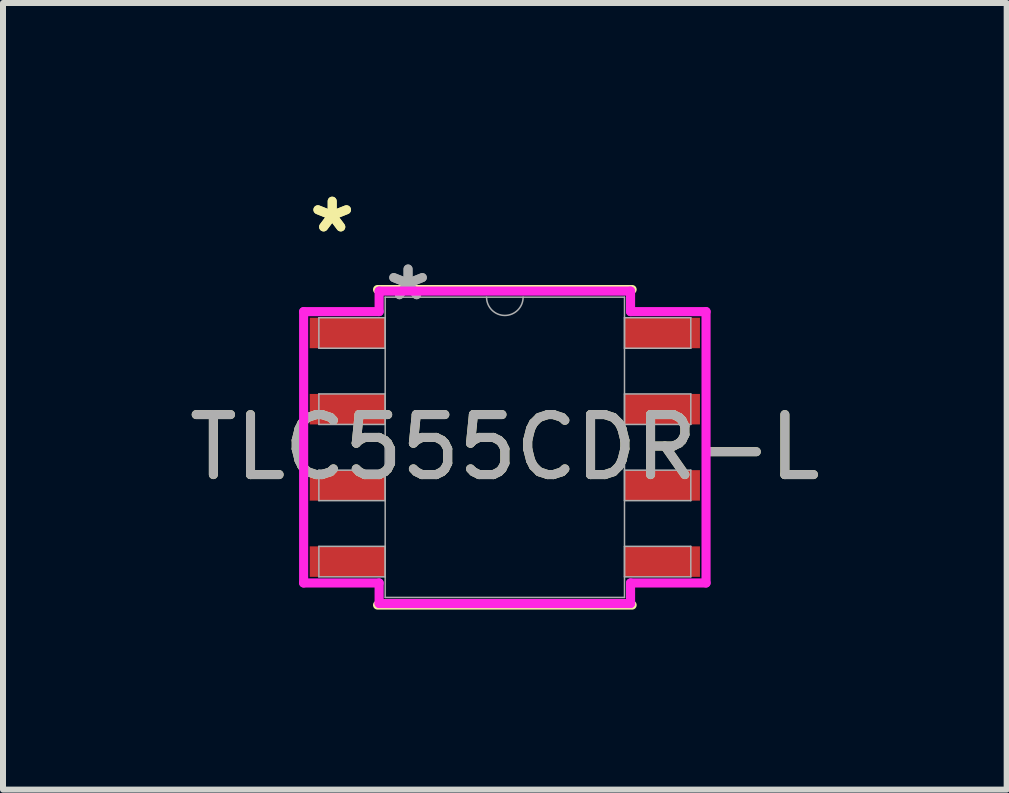
<source format=kicad_pcb>
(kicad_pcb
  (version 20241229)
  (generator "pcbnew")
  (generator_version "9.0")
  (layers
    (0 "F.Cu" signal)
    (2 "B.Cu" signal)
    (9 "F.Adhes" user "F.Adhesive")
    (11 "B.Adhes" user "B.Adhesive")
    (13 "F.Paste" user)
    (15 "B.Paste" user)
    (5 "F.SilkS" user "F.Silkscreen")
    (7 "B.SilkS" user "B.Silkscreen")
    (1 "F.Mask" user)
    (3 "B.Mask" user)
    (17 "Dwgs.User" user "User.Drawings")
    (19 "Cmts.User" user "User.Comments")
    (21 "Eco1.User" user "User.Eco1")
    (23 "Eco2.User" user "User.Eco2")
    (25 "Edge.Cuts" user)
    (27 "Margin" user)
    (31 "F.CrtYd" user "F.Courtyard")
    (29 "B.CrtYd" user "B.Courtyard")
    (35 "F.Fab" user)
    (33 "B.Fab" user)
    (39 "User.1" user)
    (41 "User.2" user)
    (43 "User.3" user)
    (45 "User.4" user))
  (footprint "TLC555CDR-L"
    (layer "F.Cu")
    (at 5.363 4.404)
    (property "Reference" "TLC555CDR-L" (at 0 0 0) (unlocked yes) (layer "F.SilkS") (effects (font (size 1 1) (thickness 0.15))))
    (attr smd)
    (fp_line (start -2.121 2.629) (end 2.121 2.629) (stroke (width 0.152) (type solid)) (layer "F.SilkS"))
    (fp_line (start 2.121 -2.629) (end -2.121 -2.629) (stroke (width 0.152) (type solid)) (layer "F.SilkS"))
    (fp_line (start -3.353 -2.261) (end -2.095 -2.261) (stroke (width 0.152) (type solid)) (layer "F.CrtYd"))
    (fp_line (start -3.353 2.261) (end -3.353 -2.261) (stroke (width 0.152) (type solid)) (layer "F.CrtYd"))
    (fp_line (start -3.353 2.261) (end -2.095 2.261) (stroke (width 0.152) (type solid)) (layer "F.CrtYd"))
    (fp_line (start -2.095 -2.603) (end 2.095 -2.603) (stroke (width 0.152) (type solid)) (layer "F.CrtYd"))
    (fp_line (start -2.095 -2.261) (end -2.095 -2.603) (stroke (width 0.152) (type solid)) (layer "F.CrtYd"))
    (fp_line (start -2.095 2.603) (end -2.095 2.261) (stroke (width 0.152) (type solid)) (layer "F.CrtYd"))
    (fp_line (start 2.095 -2.603) (end 2.095 -2.261) (stroke (width 0.152) (type solid)) (layer "F.CrtYd"))
    (fp_line (start 2.095 2.261) (end 2.095 2.603) (stroke (width 0.152) (type solid)) (layer "F.CrtYd"))
    (fp_line (start 2.095 2.603) (end -2.095 2.603) (stroke (width 0.152) (type solid)) (layer "F.CrtYd"))
    (fp_line (start 3.353 -2.261) (end 2.095 -2.261) (stroke (width 0.152) (type solid)) (layer "F.CrtYd"))
    (fp_line (start 3.353 -2.261) (end 3.353 2.261) (stroke (width 0.152) (type solid)) (layer "F.CrtYd"))
    (fp_line (start 3.353 2.261) (end 2.095 2.261) (stroke (width 0.152) (type solid)) (layer "F.CrtYd"))
    (fp_line (start -3.099 -2.159) (end -3.099 -1.651) (stroke (width 0.025) (type solid)) (layer "F.Fab"))
    (fp_line (start -3.099 -1.651) (end -1.994 -1.651) (stroke (width 0.025) (type solid)) (layer "F.Fab"))
    (fp_line (start -3.099 -0.889) (end -3.099 -0.381) (stroke (width 0.025) (type solid)) (layer "F.Fab"))
    (fp_line (start -3.099 -0.381) (end -1.994 -0.381) (stroke (width 0.025) (type solid)) (layer "F.Fab"))
    (fp_line (start -3.099 0.381) (end -3.099 0.889) (stroke (width 0.025) (type solid)) (layer "F.Fab"))
    (fp_line (start -3.099 0.889) (end -1.994 0.889) (stroke (width 0.025) (type solid)) (layer "F.Fab"))
    (fp_line (start -3.099 1.651) (end -3.099 2.159) (stroke (width 0.025) (type solid)) (layer "F.Fab"))
    (fp_line (start -3.099 2.159) (end -1.994 2.159) (stroke (width 0.025) (type solid)) (layer "F.Fab"))
    (fp_line (start -1.994 -2.502) (end -1.994 2.502) (stroke (width 0.025) (type solid)) (layer "F.Fab"))
    (fp_line (start -1.994 -2.159) (end -3.099 -2.159) (stroke (width 0.025) (type solid)) (layer "F.Fab"))
    (fp_line (start -1.994 -1.651) (end -1.994 -2.159) (stroke (width 0.025) (type solid)) (layer "F.Fab"))
    (fp_line (start -1.994 -0.889) (end -3.099 -0.889) (stroke (width 0.025) (type solid)) (layer "F.Fab"))
    (fp_line (start -1.994 -0.381) (end -1.994 -0.889) (stroke (width 0.025) (type solid)) (layer "F.Fab"))
    (fp_line (start -1.994 0.381) (end -3.099 0.381) (stroke (width 0.025) (type solid)) (layer "F.Fab"))
    (fp_line (start -1.994 0.889) (end -1.994 0.381) (stroke (width 0.025) (type solid)) (layer "F.Fab"))
    (fp_line (start -1.994 1.651) (end -3.099 1.651) (stroke (width 0.025) (type solid)) (layer "F.Fab"))
    (fp_line (start -1.994 2.159) (end -1.994 1.651) (stroke (width 0.025) (type solid)) (layer "F.Fab"))
    (fp_line (start -1.994 2.502) (end 1.994 2.502) (stroke (width 0.025) (type solid)) (layer "F.Fab"))
    (fp_line (start 1.994 -2.502) (end -1.994 -2.502) (stroke (width 0.025) (type solid)) (layer "F.Fab"))
    (fp_line (start 1.994 -2.159) (end 1.994 -1.651) (stroke (width 0.025) (type solid)) (layer "F.Fab"))
    (fp_line (start 1.994 -1.651) (end 3.099 -1.651) (stroke (width 0.025) (type solid)) (layer "F.Fab"))
    (fp_line (start 1.994 -0.889) (end 1.994 -0.381) (stroke (width 0.025) (type solid)) (layer "F.Fab"))
    (fp_line (start 1.994 -0.381) (end 3.099 -0.381) (stroke (width 0.025) (type solid)) (layer "F.Fab"))
    (fp_line (start 1.994 0.381) (end 1.994 0.889) (stroke (width 0.025) (type solid)) (layer "F.Fab"))
    (fp_line (start 1.994 0.889) (end 3.099 0.889) (stroke (width 0.025) (type solid)) (layer "F.Fab"))
    (fp_line (start 1.994 1.651) (end 1.994 2.159) (stroke (width 0.025) (type solid)) (layer "F.Fab"))
    (fp_line (start 1.994 2.159) (end 3.099 2.159) (stroke (width 0.025) (type solid)) (layer "F.Fab"))
    (fp_line (start 1.994 2.502) (end 1.994 -2.502) (stroke (width 0.025) (type solid)) (layer "F.Fab"))
    (fp_line (start 3.099 -2.159) (end 1.994 -2.159) (stroke (width 0.025) (type solid)) (layer "F.Fab"))
    (fp_line (start 3.099 -1.651) (end 3.099 -2.159) (stroke (width 0.025) (type solid)) (layer "F.Fab"))
    (fp_line (start 3.099 -0.889) (end 1.994 -0.889) (stroke (width 0.025) (type solid)) (layer "F.Fab"))
    (fp_line (start 3.099 -0.381) (end 3.099 -0.889) (stroke (width 0.025) (type solid)) (layer "F.Fab"))
    (fp_line (start 3.099 0.381) (end 1.994 0.381) (stroke (width 0.025) (type solid)) (layer "F.Fab"))
    (fp_line (start 3.099 0.889) (end 3.099 0.381) (stroke (width 0.025) (type solid)) (layer "F.Fab"))
    (fp_line (start 3.099 1.651) (end 1.994 1.651) (stroke (width 0.025) (type solid)) (layer "F.Fab"))
    (fp_line (start 3.099 2.159) (end 3.099 1.651) (stroke (width 0.025) (type solid)) (layer "F.Fab"))
    (fp_arc (start 0.3048 -2.5019) (mid 0 -2.1971) (end -0.3048 -2.5019) (stroke (width 0.0254) (type solid)) (layer "F.Fab"))
    (fp_text user "*" (at -2.877 -3.556 0) (unlocked yes) (layer "F.SilkS") (effects (font (size 1 1) (thickness 0.15))))
    (fp_text user "*" (at -2.877 -3.556 0) (layer "F.SilkS") (effects (font (size 1 1) (thickness 0.15))))
    (fp_text user "${REFERENCE}" (at 0 0 0) (unlocked yes) (layer "F.Fab") (effects (font (size 1 1) (thickness 0.15))))
    (fp_text user "*" (at -1.613 -2.426 0) (layer "F.Fab") (effects (font (size 1 1) (thickness 0.15))))
    (fp_text user "*" (at -1.613 -2.426 0) (unlocked yes) (layer "F.Fab") (effects (font (size 1 1) (thickness 0.15))))
    (pad "1" smd rect (at -2.623 -1.905) (size 1.257 0.508) (layers "F.Cu" "F.Mask" "F.Paste"))
    (pad "2" smd rect (at -2.623 -0.635) (size 1.257 0.508) (layers "F.Cu" "F.Mask" "F.Paste"))
    (pad "3" smd rect (at -2.623 0.635) (size 1.257 0.508) (layers "F.Cu" "F.Mask" "F.Paste"))
    (pad "4" smd rect (at -2.623 1.905) (size 1.257 0.508) (layers "F.Cu" "F.Mask" "F.Paste"))
    (pad "5" smd rect (at 2.623 1.905) (size 1.257 0.508) (layers "F.Cu" "F.Mask" "F.Paste"))
    (pad "6" smd rect (at 2.623 0.635) (size 1.257 0.508) (layers "F.Cu" "F.Mask" "F.Paste"))
    (pad "7" smd rect (at 2.623 -0.635) (size 1.257 0.508) (layers "F.Cu" "F.Mask" "F.Paste"))
    (pad "8" smd rect (at 2.623 -1.905) (size 1.257 0.508) (layers "F.Cu" "F.Mask" "F.Paste")))
  (gr_rect
    (start -3 -3)
    (end 13.726 10.109)
    (stroke (width 0.1) (type default))
    (fill no)
    (layer "Edge.Cuts")))
</source>
